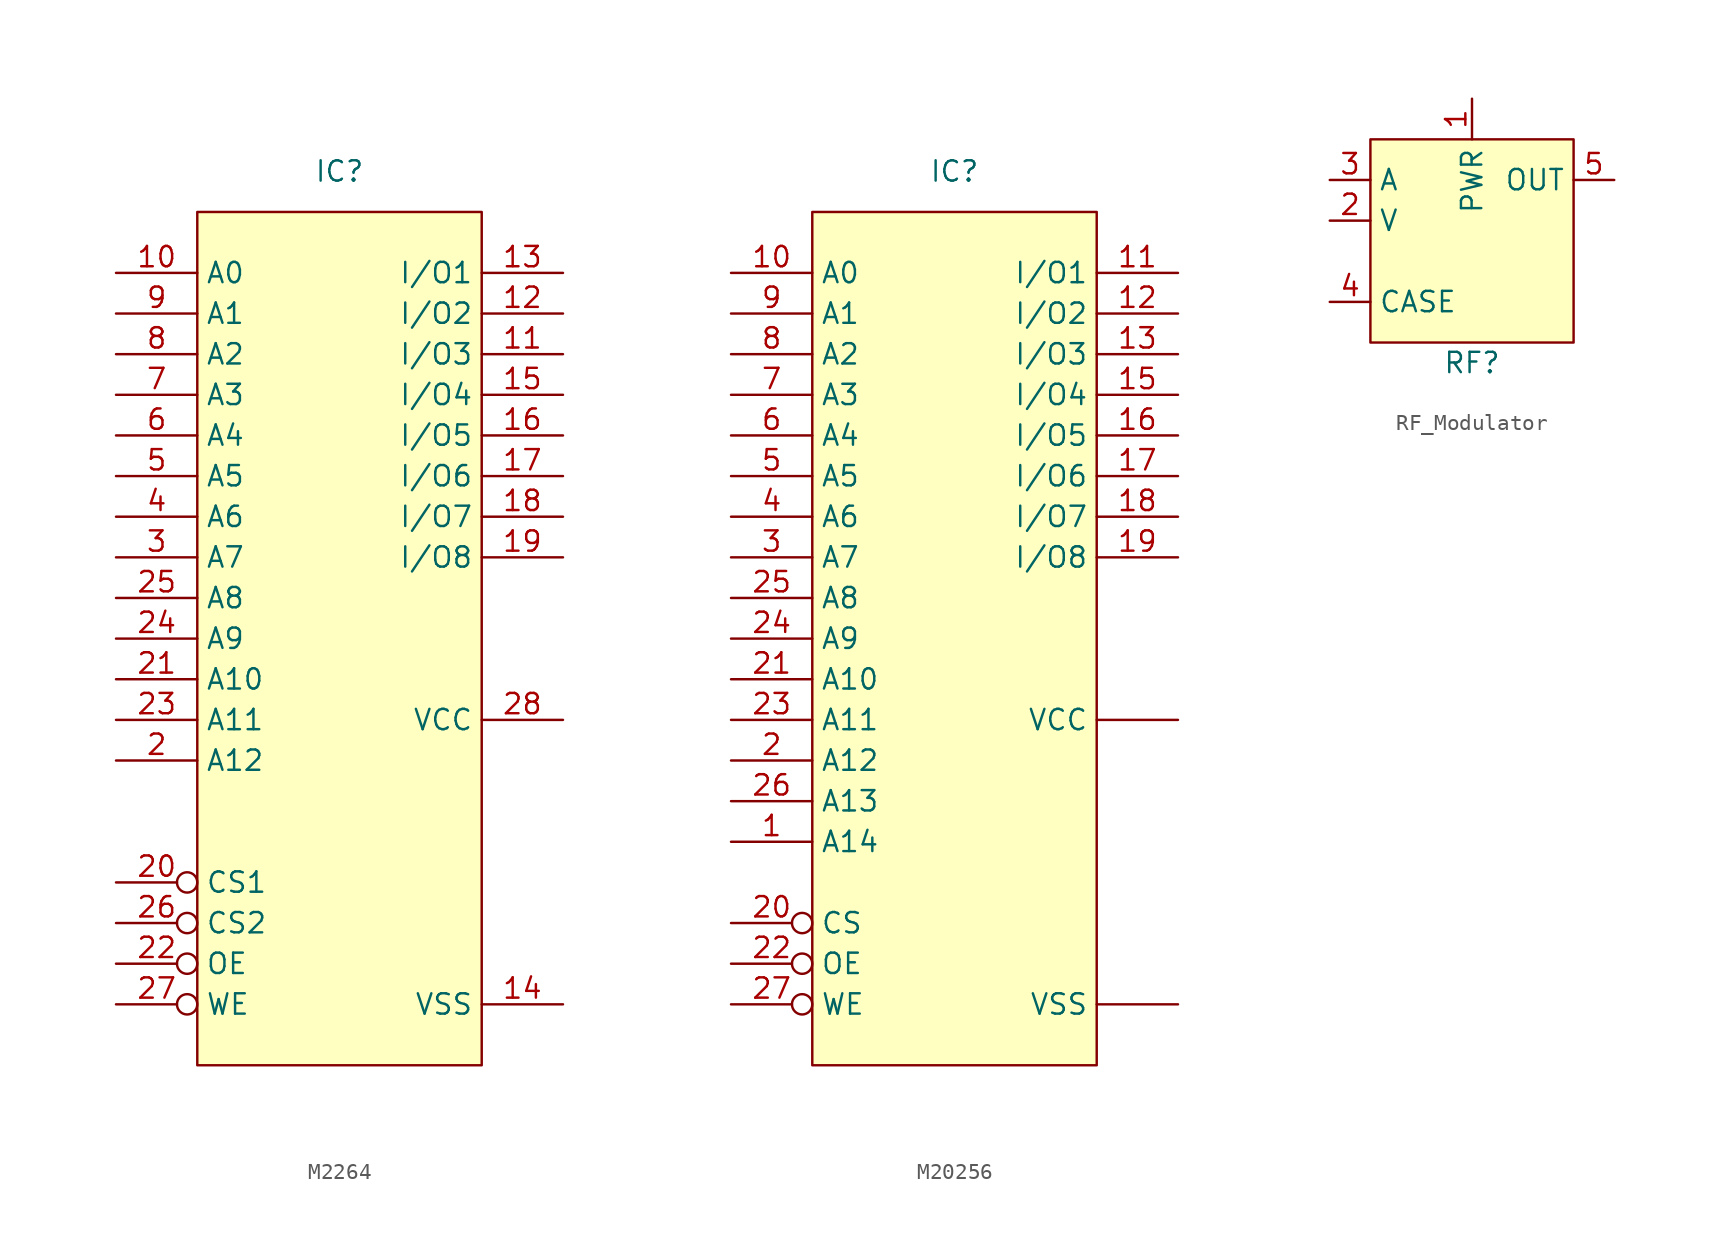
<source format=kicad_sym>
(kicad_symbol_lib
  (version 20220914)
  (generator kicad_symbol_editor)
  (symbol "M2264"
    (property "Reference" "IC"
      (at 0 0 0)
      (effects (font (size 1.27 1.27))))
    (property "Value" ""
      (at 0 0 0)
      (effects (font (size 1.27 1.27))))
    (symbol "M2264_1_1"
      (rectangle (start -8.89 -2.54) (end 8.89 -55.88) (stroke (width 0) (type default)) (fill (type background)))
      (pin input line (at -13.97 -6.35 0) (length 5.08) (name "A0" (effects (font (size 1.27 1.27)))) (number "10" (effects (font (size 1.27 1.27)))))
      (pin bidirectional line (at 13.97 -11.43 180) (length 5.08) (name "I/O3" (effects (font (size 1.27 1.27)))) (number "11" (effects (font (size 1.27 1.27)))))
      (pin bidirectional line (at 13.97 -8.89 180) (length 5.08) (name "I/O2" (effects (font (size 1.27 1.27)))) (number "12" (effects (font (size 1.27 1.27)))))
      (pin bidirectional line (at 13.97 -6.35 180) (length 5.08) (name "I/O1" (effects (font (size 1.27 1.27)))) (number "13" (effects (font (size 1.27 1.27)))))
      (pin power_in line (at 13.97 -52.07 180) (length 5.08) (name "VSS" (effects (font (size 1.27 1.27)))) (number "14" (effects (font (size 1.27 1.27)))))
      (pin bidirectional line (at 13.97 -13.97 180) (length 5.08) (name "I/O4" (effects (font (size 1.27 1.27)))) (number "15" (effects (font (size 1.27 1.27)))))
      (pin bidirectional line (at 13.97 -16.51 180) (length 5.08) (name "I/O5" (effects (font (size 1.27 1.27)))) (number "16" (effects (font (size 1.27 1.27)))))
      (pin bidirectional line (at 13.97 -19.05 180) (length 5.08) (name "I/O6" (effects (font (size 1.27 1.27)))) (number "17" (effects (font (size 1.27 1.27)))))
      (pin bidirectional line (at 13.97 -21.59 180) (length 5.08) (name "I/O7" (effects (font (size 1.27 1.27)))) (number "18" (effects (font (size 1.27 1.27)))))
      (pin bidirectional line (at 13.97 -24.13 180) (length 5.08) (name "I/O8" (effects (font (size 1.27 1.27)))) (number "19" (effects (font (size 1.27 1.27)))))
      (pin input line (at -13.97 -36.83 0) (length 5.08) (name "A12" (effects (font (size 1.27 1.27)))) (number "2" (effects (font (size 1.27 1.27)))))
      (pin input inverted (at -13.97 -44.45 0) (length 5.08) (name "CS1" (effects (font (size 1.27 1.27)))) (number "20" (effects (font (size 1.27 1.27)))))
      (pin input line (at -13.97 -31.75 0) (length 5.08) (name "A10" (effects (font (size 1.27 1.27)))) (number "21" (effects (font (size 1.27 1.27)))))
      (pin input inverted (at -13.97 -49.53 0) (length 5.08) (name "OE" (effects (font (size 1.27 1.27)))) (number "22" (effects (font (size 1.27 1.27)))))
      (pin input line (at -13.97 -34.29 0) (length 5.08) (name "A11" (effects (font (size 1.27 1.27)))) (number "23" (effects (font (size 1.27 1.27)))))
      (pin input line (at -13.97 -29.21 0) (length 5.08) (name "A9" (effects (font (size 1.27 1.27)))) (number "24" (effects (font (size 1.27 1.27)))))
      (pin input line (at -13.97 -26.67 0) (length 5.08) (name "A8" (effects (font (size 1.27 1.27)))) (number "25" (effects (font (size 1.27 1.27)))))
      (pin input inverted (at -13.97 -46.99 0) (length 5.08) (name "CS2" (effects (font (size 1.27 1.27)))) (number "26" (effects (font (size 1.27 1.27)))))
      (pin input inverted (at -13.97 -52.07 0) (length 5.08) (name "WE" (effects (font (size 1.27 1.27)))) (number "27" (effects (font (size 1.27 1.27)))))
      (pin power_in line (at 13.97 -34.29 180) (length 5.08) (name "VCC" (effects (font (size 1.27 1.27)))) (number "28" (effects (font (size 1.27 1.27)))))
      (pin input line (at -13.97 -24.13 0) (length 5.08) (name "A7" (effects (font (size 1.27 1.27)))) (number "3" (effects (font (size 1.27 1.27)))))
      (pin input line (at -13.97 -21.59 0) (length 5.08) (name "A6" (effects (font (size 1.27 1.27)))) (number "4" (effects (font (size 1.27 1.27)))))
      (pin input line (at -13.97 -19.05 0) (length 5.08) (name "A5" (effects (font (size 1.27 1.27)))) (number "5" (effects (font (size 1.27 1.27)))))
      (pin input line (at -13.97 -16.51 0) (length 5.08) (name "A4" (effects (font (size 1.27 1.27)))) (number "6" (effects (font (size 1.27 1.27)))))
      (pin input line (at -13.97 -13.97 0) (length 5.08) (name "A3" (effects (font (size 1.27 1.27)))) (number "7" (effects (font (size 1.27 1.27)))))
      (pin input line (at -13.97 -11.43 0) (length 5.08) (name "A2" (effects (font (size 1.27 1.27)))) (number "8" (effects (font (size 1.27 1.27)))))
      (pin input line (at -13.97 -8.89 0) (length 5.08) (name "A1" (effects (font (size 1.27 1.27)))) (number "9" (effects (font (size 1.27 1.27)))))))
  (symbol "M20256"
    (property "Reference" "IC"
      (at 0 0 0)
      (effects (font (size 1.27 1.27))))
    (property "Value" ""
      (at 0 0 0)
      (effects (font (size 1.27 1.27))))
    (symbol "M20256_1_1"
      (rectangle (start -8.89 -2.54) (end 8.89 -55.88) (stroke (width 0) (type default)) (fill (type background)))
      (pin power_in line (at 13.97 -34.29 180) (length 5.08) (name "VCC" (effects (font (size 1.27 1.27)))) (number "" (effects (font (size 1.27 1.27)))))
      (pin power_in line (at 13.97 -52.07 180) (length 5.08) (name "VSS" (effects (font (size 1.27 1.27)))) (number "" (effects (font (size 1.27 1.27)))))
      (pin input line (at -13.97 -41.91 0) (length 5.08) (name "A14" (effects (font (size 1.27 1.27)))) (number "1" (effects (font (size 1.27 1.27)))))
      (pin input line (at -13.97 -6.35 0) (length 5.08) (name "A0" (effects (font (size 1.27 1.27)))) (number "10" (effects (font (size 1.27 1.27)))))
      (pin bidirectional line (at 13.97 -6.35 180) (length 5.08) (name "I/O1" (effects (font (size 1.27 1.27)))) (number "11" (effects (font (size 1.27 1.27)))))
      (pin bidirectional line (at 13.97 -8.89 180) (length 5.08) (name "I/O2" (effects (font (size 1.27 1.27)))) (number "12" (effects (font (size 1.27 1.27)))))
      (pin bidirectional line (at 13.97 -11.43 180) (length 5.08) (name "I/O3" (effects (font (size 1.27 1.27)))) (number "13" (effects (font (size 1.27 1.27)))))
      (pin bidirectional line (at 13.97 -13.97 180) (length 5.08) (name "I/O4" (effects (font (size 1.27 1.27)))) (number "15" (effects (font (size 1.27 1.27)))))
      (pin bidirectional line (at 13.97 -16.51 180) (length 5.08) (name "I/O5" (effects (font (size 1.27 1.27)))) (number "16" (effects (font (size 1.27 1.27)))))
      (pin bidirectional line (at 13.97 -19.05 180) (length 5.08) (name "I/O6" (effects (font (size 1.27 1.27)))) (number "17" (effects (font (size 1.27 1.27)))))
      (pin bidirectional line (at 13.97 -21.59 180) (length 5.08) (name "I/O7" (effects (font (size 1.27 1.27)))) (number "18" (effects (font (size 1.27 1.27)))))
      (pin bidirectional line (at 13.97 -24.13 180) (length 5.08) (name "I/O8" (effects (font (size 1.27 1.27)))) (number "19" (effects (font (size 1.27 1.27)))))
      (pin input line (at -13.97 -36.83 0) (length 5.08) (name "A12" (effects (font (size 1.27 1.27)))) (number "2" (effects (font (size 1.27 1.27)))))
      (pin input inverted (at -13.97 -46.99 0) (length 5.08) (name "CS" (effects (font (size 1.27 1.27)))) (number "20" (effects (font (size 1.27 1.27)))))
      (pin input line (at -13.97 -31.75 0) (length 5.08) (name "A10" (effects (font (size 1.27 1.27)))) (number "21" (effects (font (size 1.27 1.27)))))
      (pin input inverted (at -13.97 -49.53 0) (length 5.08) (name "OE" (effects (font (size 1.27 1.27)))) (number "22" (effects (font (size 1.27 1.27)))))
      (pin input line (at -13.97 -34.29 0) (length 5.08) (name "A11" (effects (font (size 1.27 1.27)))) (number "23" (effects (font (size 1.27 1.27)))))
      (pin input line (at -13.97 -29.21 0) (length 5.08) (name "A9" (effects (font (size 1.27 1.27)))) (number "24" (effects (font (size 1.27 1.27)))))
      (pin input line (at -13.97 -26.67 0) (length 5.08) (name "A8" (effects (font (size 1.27 1.27)))) (number "25" (effects (font (size 1.27 1.27)))))
      (pin input line (at -13.97 -39.37 0) (length 5.08) (name "A13" (effects (font (size 1.27 1.27)))) (number "26" (effects (font (size 1.27 1.27)))))
      (pin input inverted (at -13.97 -52.07 0) (length 5.08) (name "WE" (effects (font (size 1.27 1.27)))) (number "27" (effects (font (size 1.27 1.27)))))
      (pin input line (at -13.97 -24.13 0) (length 5.08) (name "A7" (effects (font (size 1.27 1.27)))) (number "3" (effects (font (size 1.27 1.27)))))
      (pin input line (at -13.97 -21.59 0) (length 5.08) (name "A6" (effects (font (size 1.27 1.27)))) (number "4" (effects (font (size 1.27 1.27)))))
      (pin input line (at -13.97 -19.05 0) (length 5.08) (name "A5" (effects (font (size 1.27 1.27)))) (number "5" (effects (font (size 1.27 1.27)))))
      (pin input line (at -13.97 -16.51 0) (length 5.08) (name "A4" (effects (font (size 1.27 1.27)))) (number "6" (effects (font (size 1.27 1.27)))))
      (pin input line (at -13.97 -13.97 0) (length 5.08) (name "A3" (effects (font (size 1.27 1.27)))) (number "7" (effects (font (size 1.27 1.27)))))
      (pin input line (at -13.97 -11.43 0) (length 5.08) (name "A2" (effects (font (size 1.27 1.27)))) (number "8" (effects (font (size 1.27 1.27)))))
      (pin input line (at -13.97 -8.89 0) (length 5.08) (name "A1" (effects (font (size 1.27 1.27)))) (number "9" (effects (font (size 1.27 1.27)))))))
  (symbol "RF_Modulator"
    (property "Reference" "RF"
      (at 0 0 0)
      (effects (font (size 1.27 1.27))))
    (property "Value" ""
      (at 0 0 0)
      (effects (font (size 1.27 1.27))))
    (symbol "RF_Modulator_1_1"
      (rectangle (start -6.35 13.97) (end 6.35 1.27) (stroke (width 0) (type default)) (fill (type background)))
      (pin power_in line (at 0 16.51 270) (length 2.54) (name "PWR" (effects (font (size 1.27 1.27)))) (number "1" (effects (font (size 1.27 1.27)))))
      (pin input line (at -8.89 8.89 0) (length 2.54) (name "V" (effects (font (size 1.27 1.27)))) (number "2" (effects (font (size 1.27 1.27)))))
      (pin input line (at -8.89 11.43 0) (length 2.54) (name "A" (effects (font (size 1.27 1.27)))) (number "3" (effects (font (size 1.27 1.27)))))
      (pin passive line (at -8.89 3.81 0) (length 2.54) (name "CASE" (effects (font (size 1.27 1.27)))) (number "4" (effects (font (size 1.27 1.27)))))
      (pin output line (at 8.89 11.43 180) (length 2.54) (name "OUT" (effects (font (size 1.27 1.27)))) (number "5" (effects (font (size 1.27 1.27))))))))
</source>
